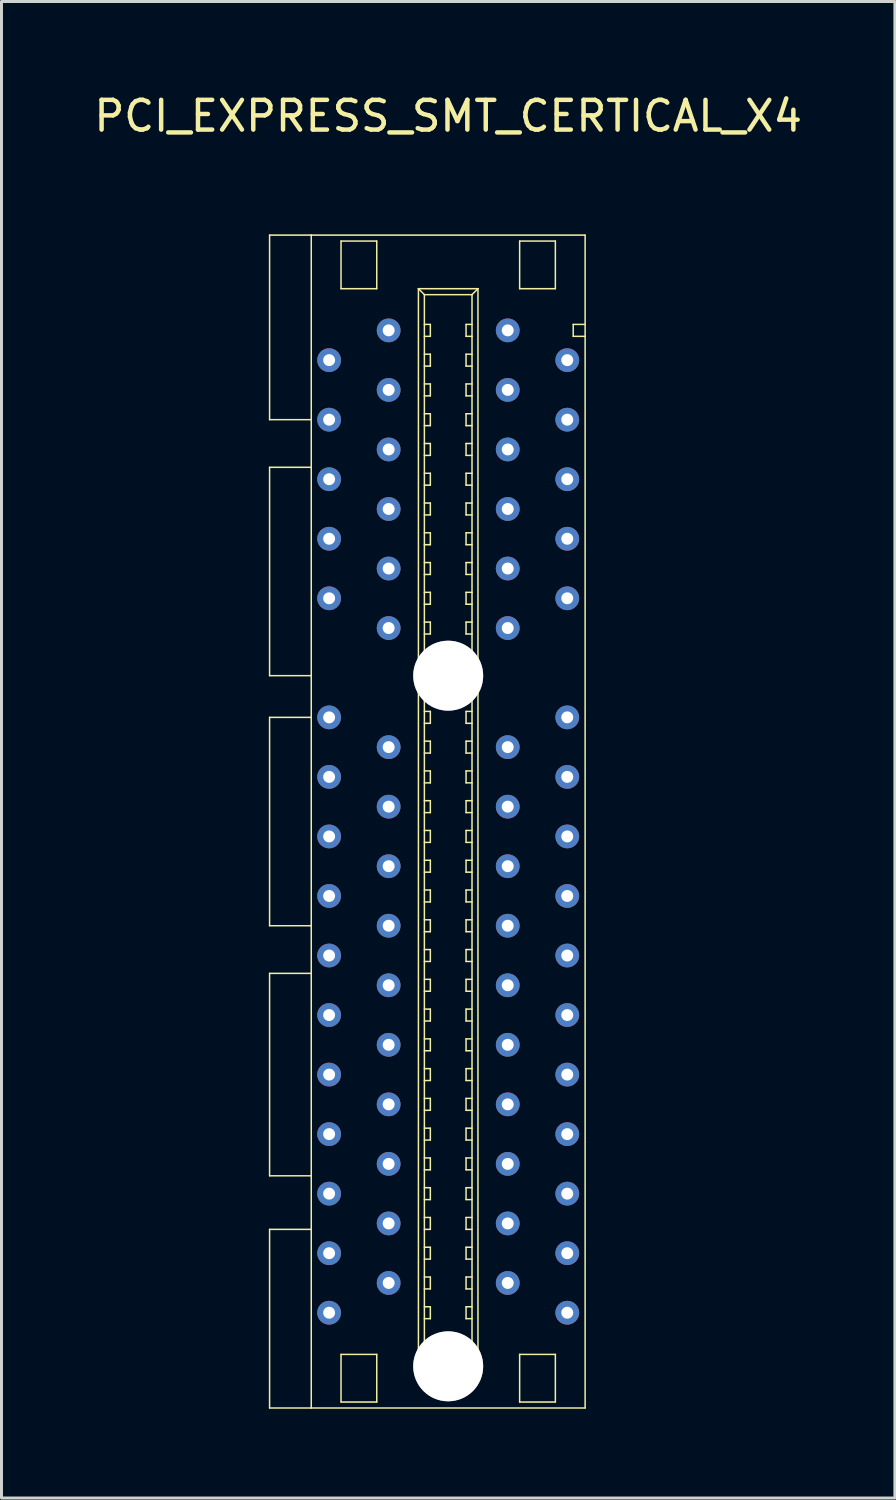
<source format=kicad_pcb>
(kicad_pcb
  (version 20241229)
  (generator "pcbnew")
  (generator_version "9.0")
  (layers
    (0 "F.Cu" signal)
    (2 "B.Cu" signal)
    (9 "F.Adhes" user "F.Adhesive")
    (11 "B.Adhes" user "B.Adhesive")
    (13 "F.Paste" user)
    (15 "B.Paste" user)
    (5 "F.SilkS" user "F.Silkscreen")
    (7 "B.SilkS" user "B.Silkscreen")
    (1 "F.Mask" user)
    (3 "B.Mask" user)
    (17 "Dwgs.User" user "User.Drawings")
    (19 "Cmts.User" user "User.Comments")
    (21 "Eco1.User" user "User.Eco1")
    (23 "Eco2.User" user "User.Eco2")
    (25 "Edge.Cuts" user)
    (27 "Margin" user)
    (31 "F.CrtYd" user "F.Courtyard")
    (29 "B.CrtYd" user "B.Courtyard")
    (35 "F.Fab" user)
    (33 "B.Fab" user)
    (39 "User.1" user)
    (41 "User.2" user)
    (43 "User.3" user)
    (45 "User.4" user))
  (footprint "PCI_EXPRESS_SMT_CERTICAL_X4"
    (layer "F.Cu")
    (at 12.006 19.648)
    (property "Reference" "PCI_EXPRESS_SMT_CERTICAL_X4" (at 0 -18.8 0) (layer "F.SilkS") (effects (font (size 1 1) (thickness 0.15))))
    (attr through_hole)
    (fp_line (start -6 -14.8) (end -6 -8.6) (stroke (width 0.05) (type solid)) (layer "F.SilkS"))
    (fp_line (start -6 -8.6) (end -4.6 -8.6) (stroke (width 0.05) (type solid)) (layer "F.SilkS"))
    (fp_line (start -6 -7) (end -6 0) (stroke (width 0.05) (type solid)) (layer "F.SilkS"))
    (fp_line (start -6 0) (end -4.6 0) (stroke (width 0.05) (type solid)) (layer "F.SilkS"))
    (fp_line (start -6 1.4) (end -4.6 1.4) (stroke (width 0.05) (type solid)) (layer "F.SilkS"))
    (fp_line (start -6 8.4) (end -6 1.4) (stroke (width 0.05) (type solid)) (layer "F.SilkS"))
    (fp_line (start -6 10) (end -4.6 10) (stroke (width 0.05) (type solid)) (layer "F.SilkS"))
    (fp_line (start -6 16.8) (end -6 10) (stroke (width 0.05) (type solid)) (layer "F.SilkS"))
    (fp_line (start -6 18.6) (end -4.6 18.6) (stroke (width 0.05) (type solid)) (layer "F.SilkS"))
    (fp_line (start -6 24.6) (end -6 18.6) (stroke (width 0.05) (type solid)) (layer "F.SilkS"))
    (fp_line (start -4.6 -14.8) (end -6 -14.8) (stroke (width 0.05) (type solid)) (layer "F.SilkS"))
    (fp_line (start -4.6 -14.8) (end 4.6 -14.8) (stroke (width 0.05) (type solid)) (layer "F.SilkS"))
    (fp_line (start -4.6 -7) (end -6 -7) (stroke (width 0.05) (type solid)) (layer "F.SilkS"))
    (fp_line (start -4.6 8.4) (end -6 8.4) (stroke (width 0.05) (type solid)) (layer "F.SilkS"))
    (fp_line (start -4.6 16.8) (end -6 16.8) (stroke (width 0.05) (type solid)) (layer "F.SilkS"))
    (fp_line (start -4.6 24.6) (end -6 24.6) (stroke (width 0.05) (type solid)) (layer "F.SilkS"))
    (fp_line (start -4.6 24.6) (end -4.6 -14.8) (stroke (width 0.05) (type solid)) (layer "F.SilkS"))
    (fp_line (start -3.6 -14.6) (end -2.4 -14.6) (stroke (width 0.05) (type solid)) (layer "F.SilkS"))
    (fp_line (start -3.6 -13) (end -3.6 -14.6) (stroke (width 0.05) (type solid)) (layer "F.SilkS"))
    (fp_line (start -3.6 22.8) (end -3.6 24.4) (stroke (width 0.05) (type solid)) (layer "F.SilkS"))
    (fp_line (start -3.6 24.4) (end -2.4 24.4) (stroke (width 0.05) (type solid)) (layer "F.SilkS"))
    (fp_line (start -2.4 -14.6) (end -2.4 -13) (stroke (width 0.05) (type solid)) (layer "F.SilkS"))
    (fp_line (start -2.4 -13) (end -3.6 -13) (stroke (width 0.05) (type solid)) (layer "F.SilkS"))
    (fp_line (start -2.4 22.8) (end -3.6 22.8) (stroke (width 0.05) (type solid)) (layer "F.SilkS"))
    (fp_line (start -2.4 24.4) (end -2.4 22.8) (stroke (width 0.05) (type solid)) (layer "F.SilkS"))
    (fp_line (start -1 -13) (end -0.8 -12.8) (stroke (width 0.05) (type solid)) (layer "F.SilkS"))
    (fp_line (start -1 -13) (end 1 -13) (stroke (width 0.05) (type solid)) (layer "F.SilkS"))
    (fp_line (start -1 -0.2) (end -1 -13) (stroke (width 0.05) (type solid)) (layer "F.SilkS"))
    (fp_line (start -1 0.2) (end 1 0.2) (stroke (width 0.05) (type solid)) (layer "F.SilkS"))
    (fp_line (start -1 22.8) (end -1 0.2) (stroke (width 0.05) (type solid)) (layer "F.SilkS"))
    (fp_line (start -0.8 -12.8) (end 0.8 -12.8) (stroke (width 0.05) (type solid)) (layer "F.SilkS"))
    (fp_line (start -0.8 -11.8) (end -0.6 -11.8) (stroke (width 0.05) (type solid)) (layer "F.SilkS"))
    (fp_line (start -0.8 -10.8) (end -0.6 -10.8) (stroke (width 0.05) (type solid)) (layer "F.SilkS"))
    (fp_line (start -0.8 -9.8) (end -0.6 -9.8) (stroke (width 0.05) (type solid)) (layer "F.SilkS"))
    (fp_line (start -0.8 -8.8) (end -0.6 -8.8) (stroke (width 0.05) (type solid)) (layer "F.SilkS"))
    (fp_line (start -0.8 -7.8) (end -0.6 -7.8) (stroke (width 0.05) (type solid)) (layer "F.SilkS"))
    (fp_line (start -0.8 -6.8) (end -0.6 -6.8) (stroke (width 0.05) (type solid)) (layer "F.SilkS"))
    (fp_line (start -0.8 -5.8) (end -0.6 -5.8) (stroke (width 0.05) (type solid)) (layer "F.SilkS"))
    (fp_line (start -0.8 -4.8) (end -0.6 -4.8) (stroke (width 0.05) (type solid)) (layer "F.SilkS"))
    (fp_line (start -0.8 -3.8) (end -0.6 -3.8) (stroke (width 0.05) (type solid)) (layer "F.SilkS"))
    (fp_line (start -0.8 -2.8) (end -0.6 -2.8) (stroke (width 0.05) (type solid)) (layer "F.SilkS"))
    (fp_line (start -0.8 -1.8) (end -0.6 -1.8) (stroke (width 0.05) (type solid)) (layer "F.SilkS"))
    (fp_line (start -0.8 -0.4) (end -1 -0.2) (stroke (width 0.05) (type solid)) (layer "F.SilkS"))
    (fp_line (start -0.8 -0.4) (end -0.8 -12.8) (stroke (width 0.05) (type solid)) (layer "F.SilkS"))
    (fp_line (start -0.8 0.4) (end -1 0.2) (stroke (width 0.05) (type solid)) (layer "F.SilkS"))
    (fp_line (start -0.8 0.4) (end 0.8 0.4) (stroke (width 0.05) (type solid)) (layer "F.SilkS"))
    (fp_line (start -0.8 1.2) (end -0.6 1.2) (stroke (width 0.05) (type solid)) (layer "F.SilkS"))
    (fp_line (start -0.8 2.2) (end -0.6 2.2) (stroke (width 0.05) (type solid)) (layer "F.SilkS"))
    (fp_line (start -0.8 3.2) (end -0.6 3.2) (stroke (width 0.05) (type solid)) (layer "F.SilkS"))
    (fp_line (start -0.8 4.2) (end -0.6 4.2) (stroke (width 0.05) (type solid)) (layer "F.SilkS"))
    (fp_line (start -0.8 5.2) (end -0.6 5.2) (stroke (width 0.05) (type solid)) (layer "F.SilkS"))
    (fp_line (start -0.8 6.2) (end -0.6 6.2) (stroke (width 0.05) (type solid)) (layer "F.SilkS"))
    (fp_line (start -0.8 7.2) (end -0.6 7.2) (stroke (width 0.05) (type solid)) (layer "F.SilkS"))
    (fp_line (start -0.8 8.2) (end -0.6 8.2) (stroke (width 0.05) (type solid)) (layer "F.SilkS"))
    (fp_line (start -0.8 9.2) (end -0.6 9.2) (stroke (width 0.05) (type solid)) (layer "F.SilkS"))
    (fp_line (start -0.8 10.2) (end -0.6 10.2) (stroke (width 0.05) (type solid)) (layer "F.SilkS"))
    (fp_line (start -0.8 11.2) (end -0.6 11.2) (stroke (width 0.05) (type solid)) (layer "F.SilkS"))
    (fp_line (start -0.8 12.2) (end -0.6 12.2) (stroke (width 0.05) (type solid)) (layer "F.SilkS"))
    (fp_line (start -0.8 13.2) (end -0.6 13.2) (stroke (width 0.05) (type solid)) (layer "F.SilkS"))
    (fp_line (start -0.8 14.2) (end -0.6 14.2) (stroke (width 0.05) (type solid)) (layer "F.SilkS"))
    (fp_line (start -0.8 15.2) (end -0.6 15.2) (stroke (width 0.05) (type solid)) (layer "F.SilkS"))
    (fp_line (start -0.8 16.2) (end -0.6 16.2) (stroke (width 0.05) (type solid)) (layer "F.SilkS"))
    (fp_line (start -0.8 17.2) (end -0.6 17.2) (stroke (width 0.05) (type solid)) (layer "F.SilkS"))
    (fp_line (start -0.8 18.2) (end -0.6 18.2) (stroke (width 0.05) (type solid)) (layer "F.SilkS"))
    (fp_line (start -0.8 19.2) (end -0.6 19.2) (stroke (width 0.05) (type solid)) (layer "F.SilkS"))
    (fp_line (start -0.8 20.2) (end -0.6 20.2) (stroke (width 0.05) (type solid)) (layer "F.SilkS"))
    (fp_line (start -0.8 21.2) (end -0.6 21.2) (stroke (width 0.05) (type solid)) (layer "F.SilkS"))
    (fp_line (start -0.8 22.6) (end -1 22.8) (stroke (width 0.05) (type solid)) (layer "F.SilkS"))
    (fp_line (start -0.8 22.6) (end -0.8 0.4) (stroke (width 0.05) (type solid)) (layer "F.SilkS"))
    (fp_line (start -0.6 -11.8) (end -0.6 -11.4) (stroke (width 0.05) (type solid)) (layer "F.SilkS"))
    (fp_line (start -0.6 -11.4) (end -0.8 -11.4) (stroke (width 0.05) (type solid)) (layer "F.SilkS"))
    (fp_line (start -0.6 -10.8) (end -0.6 -10.4) (stroke (width 0.05) (type solid)) (layer "F.SilkS"))
    (fp_line (start -0.6 -10.4) (end -0.8 -10.4) (stroke (width 0.05) (type solid)) (layer "F.SilkS"))
    (fp_line (start -0.6 -9.8) (end -0.6 -9.4) (stroke (width 0.05) (type solid)) (layer "F.SilkS"))
    (fp_line (start -0.6 -9.4) (end -0.8 -9.4) (stroke (width 0.05) (type solid)) (layer "F.SilkS"))
    (fp_line (start -0.6 -8.8) (end -0.6 -8.4) (stroke (width 0.05) (type solid)) (layer "F.SilkS"))
    (fp_line (start -0.6 -8.4) (end -0.8 -8.4) (stroke (width 0.05) (type solid)) (layer "F.SilkS"))
    (fp_line (start -0.6 -7.8) (end -0.6 -7.4) (stroke (width 0.05) (type solid)) (layer "F.SilkS"))
    (fp_line (start -0.6 -7.4) (end -0.8 -7.4) (stroke (width 0.05) (type solid)) (layer "F.SilkS"))
    (fp_line (start -0.6 -6.8) (end -0.6 -6.4) (stroke (width 0.05) (type solid)) (layer "F.SilkS"))
    (fp_line (start -0.6 -6.4) (end -0.8 -6.4) (stroke (width 0.05) (type solid)) (layer "F.SilkS"))
    (fp_line (start -0.6 -5.8) (end -0.6 -5.4) (stroke (width 0.05) (type solid)) (layer "F.SilkS"))
    (fp_line (start -0.6 -5.4) (end -0.8 -5.4) (stroke (width 0.05) (type solid)) (layer "F.SilkS"))
    (fp_line (start -0.6 -4.8) (end -0.6 -4.4) (stroke (width 0.05) (type solid)) (layer "F.SilkS"))
    (fp_line (start -0.6 -4.4) (end -0.8 -4.4) (stroke (width 0.05) (type solid)) (layer "F.SilkS"))
    (fp_line (start -0.6 -3.8) (end -0.6 -3.4) (stroke (width 0.05) (type solid)) (layer "F.SilkS"))
    (fp_line (start -0.6 -3.4) (end -0.8 -3.4) (stroke (width 0.05) (type solid)) (layer "F.SilkS"))
    (fp_line (start -0.6 -2.8) (end -0.6 -2.4) (stroke (width 0.05) (type solid)) (layer "F.SilkS"))
    (fp_line (start -0.6 -2.4) (end -0.8 -2.4) (stroke (width 0.05) (type solid)) (layer "F.SilkS"))
    (fp_line (start -0.6 -1.8) (end -0.6 -1.4) (stroke (width 0.05) (type solid)) (layer "F.SilkS"))
    (fp_line (start -0.6 -1.4) (end -0.8 -1.4) (stroke (width 0.05) (type solid)) (layer "F.SilkS"))
    (fp_line (start -0.6 1.2) (end -0.6 1.6) (stroke (width 0.05) (type solid)) (layer "F.SilkS"))
    (fp_line (start -0.6 1.6) (end -0.8 1.6) (stroke (width 0.05) (type solid)) (layer "F.SilkS"))
    (fp_line (start -0.6 2.2) (end -0.6 2.6) (stroke (width 0.05) (type solid)) (layer "F.SilkS"))
    (fp_line (start -0.6 2.6) (end -0.8 2.6) (stroke (width 0.05) (type solid)) (layer "F.SilkS"))
    (fp_line (start -0.6 3.2) (end -0.6 3.6) (stroke (width 0.05) (type solid)) (layer "F.SilkS"))
    (fp_line (start -0.6 3.6) (end -0.8 3.6) (stroke (width 0.05) (type solid)) (layer "F.SilkS"))
    (fp_line (start -0.6 4.2) (end -0.6 4.6) (stroke (width 0.05) (type solid)) (layer "F.SilkS"))
    (fp_line (start -0.6 4.6) (end -0.8 4.6) (stroke (width 0.05) (type solid)) (layer "F.SilkS"))
    (fp_line (start -0.6 5.2) (end -0.6 5.6) (stroke (width 0.05) (type solid)) (layer "F.SilkS"))
    (fp_line (start -0.6 5.6) (end -0.8 5.6) (stroke (width 0.05) (type solid)) (layer "F.SilkS"))
    (fp_line (start -0.6 6.2) (end -0.6 6.6) (stroke (width 0.05) (type solid)) (layer "F.SilkS"))
    (fp_line (start -0.6 6.6) (end -0.8 6.6) (stroke (width 0.05) (type solid)) (layer "F.SilkS"))
    (fp_line (start -0.6 7.2) (end -0.6 7.6) (stroke (width 0.05) (type solid)) (layer "F.SilkS"))
    (fp_line (start -0.6 7.6) (end -0.8 7.6) (stroke (width 0.05) (type solid)) (layer "F.SilkS"))
    (fp_line (start -0.6 8.2) (end -0.6 8.6) (stroke (width 0.05) (type solid)) (layer "F.SilkS"))
    (fp_line (start -0.6 8.6) (end -0.8 8.6) (stroke (width 0.05) (type solid)) (layer "F.SilkS"))
    (fp_line (start -0.6 9.2) (end -0.6 9.6) (stroke (width 0.05) (type solid)) (layer "F.SilkS"))
    (fp_line (start -0.6 9.6) (end -0.8 9.6) (stroke (width 0.05) (type solid)) (layer "F.SilkS"))
    (fp_line (start -0.6 10.2) (end -0.6 10.6) (stroke (width 0.05) (type solid)) (layer "F.SilkS"))
    (fp_line (start -0.6 10.6) (end -0.8 10.6) (stroke (width 0.05) (type solid)) (layer "F.SilkS"))
    (fp_line (start -0.6 11.2) (end -0.6 11.6) (stroke (width 0.05) (type solid)) (layer "F.SilkS"))
    (fp_line (start -0.6 11.6) (end -0.8 11.6) (stroke (width 0.05) (type solid)) (layer "F.SilkS"))
    (fp_line (start -0.6 12.2) (end -0.6 12.6) (stroke (width 0.05) (type solid)) (layer "F.SilkS"))
    (fp_line (start -0.6 12.6) (end -0.8 12.6) (stroke (width 0.05) (type solid)) (layer "F.SilkS"))
    (fp_line (start -0.6 13.2) (end -0.6 13.6) (stroke (width 0.05) (type solid)) (layer "F.SilkS"))
    (fp_line (start -0.6 13.6) (end -0.8 13.6) (stroke (width 0.05) (type solid)) (layer "F.SilkS"))
    (fp_line (start -0.6 14.2) (end -0.6 14.6) (stroke (width 0.05) (type solid)) (layer "F.SilkS"))
    (fp_line (start -0.6 14.6) (end -0.8 14.6) (stroke (width 0.05) (type solid)) (layer "F.SilkS"))
    (fp_line (start -0.6 15.2) (end -0.6 15.6) (stroke (width 0.05) (type solid)) (layer "F.SilkS"))
    (fp_line (start -0.6 15.6) (end -0.8 15.6) (stroke (width 0.05) (type solid)) (layer "F.SilkS"))
    (fp_line (start -0.6 16.2) (end -0.6 16.6) (stroke (width 0.05) (type solid)) (layer "F.SilkS"))
    (fp_line (start -0.6 16.6) (end -0.8 16.6) (stroke (width 0.05) (type solid)) (layer "F.SilkS"))
    (fp_line (start -0.6 17.2) (end -0.6 17.6) (stroke (width 0.05) (type solid)) (layer "F.SilkS"))
    (fp_line (start -0.6 17.6) (end -0.8 17.6) (stroke (width 0.05) (type solid)) (layer "F.SilkS"))
    (fp_line (start -0.6 18.2) (end -0.6 18.6) (stroke (width 0.05) (type solid)) (layer "F.SilkS"))
    (fp_line (start -0.6 18.6) (end -0.8 18.6) (stroke (width 0.05) (type solid)) (layer "F.SilkS"))
    (fp_line (start -0.6 19.2) (end -0.6 19.6) (stroke (width 0.05) (type solid)) (layer "F.SilkS"))
    (fp_line (start -0.6 19.6) (end -0.8 19.6) (stroke (width 0.05) (type solid)) (layer "F.SilkS"))
    (fp_line (start -0.6 20.2) (end -0.6 20.6) (stroke (width 0.05) (type solid)) (layer "F.SilkS"))
    (fp_line (start -0.6 20.6) (end -0.8 20.6) (stroke (width 0.05) (type solid)) (layer "F.SilkS"))
    (fp_line (start -0.6 21.2) (end -0.6 21.6) (stroke (width 0.05) (type solid)) (layer "F.SilkS"))
    (fp_line (start -0.6 21.6) (end -0.8 21.6) (stroke (width 0.05) (type solid)) (layer "F.SilkS"))
    (fp_line (start 0.6 -11.8) (end 0.6 -11.4) (stroke (width 0.05) (type solid)) (layer "F.SilkS"))
    (fp_line (start 0.6 -11.4) (end 0.8 -11.4) (stroke (width 0.05) (type solid)) (layer "F.SilkS"))
    (fp_line (start 0.6 -10.8) (end 0.6 -10.4) (stroke (width 0.05) (type solid)) (layer "F.SilkS"))
    (fp_line (start 0.6 -10.4) (end 0.8 -10.4) (stroke (width 0.05) (type solid)) (layer "F.SilkS"))
    (fp_line (start 0.6 -9.8) (end 0.6 -9.4) (stroke (width 0.05) (type solid)) (layer "F.SilkS"))
    (fp_line (start 0.6 -9.4) (end 0.8 -9.4) (stroke (width 0.05) (type solid)) (layer "F.SilkS"))
    (fp_line (start 0.6 -8.8) (end 0.6 -8.4) (stroke (width 0.05) (type solid)) (layer "F.SilkS"))
    (fp_line (start 0.6 -8.4) (end 0.8 -8.4) (stroke (width 0.05) (type solid)) (layer "F.SilkS"))
    (fp_line (start 0.6 -7.8) (end 0.6 -7.4) (stroke (width 0.05) (type solid)) (layer "F.SilkS"))
    (fp_line (start 0.6 -7.4) (end 0.8 -7.4) (stroke (width 0.05) (type solid)) (layer "F.SilkS"))
    (fp_line (start 0.6 -6.8) (end 0.6 -6.4) (stroke (width 0.05) (type solid)) (layer "F.SilkS"))
    (fp_line (start 0.6 -6.4) (end 0.8 -6.4) (stroke (width 0.05) (type solid)) (layer "F.SilkS"))
    (fp_line (start 0.6 -5.8) (end 0.6 -5.4) (stroke (width 0.05) (type solid)) (layer "F.SilkS"))
    (fp_line (start 0.6 -5.4) (end 0.8 -5.4) (stroke (width 0.05) (type solid)) (layer "F.SilkS"))
    (fp_line (start 0.6 -4.8) (end 0.6 -4.4) (stroke (width 0.05) (type solid)) (layer "F.SilkS"))
    (fp_line (start 0.6 -4.4) (end 0.8 -4.4) (stroke (width 0.05) (type solid)) (layer "F.SilkS"))
    (fp_line (start 0.6 -3.8) (end 0.6 -3.4) (stroke (width 0.05) (type solid)) (layer "F.SilkS"))
    (fp_line (start 0.6 -3.4) (end 0.8 -3.4) (stroke (width 0.05) (type solid)) (layer "F.SilkS"))
    (fp_line (start 0.6 -2.8) (end 0.6 -2.4) (stroke (width 0.05) (type solid)) (layer "F.SilkS"))
    (fp_line (start 0.6 -2.4) (end 0.8 -2.4) (stroke (width 0.05) (type solid)) (layer "F.SilkS"))
    (fp_line (start 0.6 -1.8) (end 0.6 -1.4) (stroke (width 0.05) (type solid)) (layer "F.SilkS"))
    (fp_line (start 0.6 -1.4) (end 0.8 -1.4) (stroke (width 0.05) (type solid)) (layer "F.SilkS"))
    (fp_line (start 0.6 1.2) (end 0.6 1.6) (stroke (width 0.05) (type solid)) (layer "F.SilkS"))
    (fp_line (start 0.6 1.6) (end 0.8 1.6) (stroke (width 0.05) (type solid)) (layer "F.SilkS"))
    (fp_line (start 0.6 2.2) (end 0.6 2.6) (stroke (width 0.05) (type solid)) (layer "F.SilkS"))
    (fp_line (start 0.6 2.6) (end 0.8 2.6) (stroke (width 0.05) (type solid)) (layer "F.SilkS"))
    (fp_line (start 0.6 3.2) (end 0.6 3.6) (stroke (width 0.05) (type solid)) (layer "F.SilkS"))
    (fp_line (start 0.6 3.6) (end 0.8 3.6) (stroke (width 0.05) (type solid)) (layer "F.SilkS"))
    (fp_line (start 0.6 4.2) (end 0.6 4.6) (stroke (width 0.05) (type solid)) (layer "F.SilkS"))
    (fp_line (start 0.6 4.6) (end 0.8 4.6) (stroke (width 0.05) (type solid)) (layer "F.SilkS"))
    (fp_line (start 0.6 5.2) (end 0.6 5.6) (stroke (width 0.05) (type solid)) (layer "F.SilkS"))
    (fp_line (start 0.6 5.6) (end 0.8 5.6) (stroke (width 0.05) (type solid)) (layer "F.SilkS"))
    (fp_line (start 0.6 6.2) (end 0.6 6.6) (stroke (width 0.05) (type solid)) (layer "F.SilkS"))
    (fp_line (start 0.6 6.6) (end 0.8 6.6) (stroke (width 0.05) (type solid)) (layer "F.SilkS"))
    (fp_line (start 0.6 7.2) (end 0.6 7.6) (stroke (width 0.05) (type solid)) (layer "F.SilkS"))
    (fp_line (start 0.6 7.6) (end 0.8 7.6) (stroke (width 0.05) (type solid)) (layer "F.SilkS"))
    (fp_line (start 0.6 8.2) (end 0.6 8.6) (stroke (width 0.05) (type solid)) (layer "F.SilkS"))
    (fp_line (start 0.6 8.6) (end 0.8 8.6) (stroke (width 0.05) (type solid)) (layer "F.SilkS"))
    (fp_line (start 0.6 9.2) (end 0.6 9.6) (stroke (width 0.05) (type solid)) (layer "F.SilkS"))
    (fp_line (start 0.6 9.6) (end 0.8 9.6) (stroke (width 0.05) (type solid)) (layer "F.SilkS"))
    (fp_line (start 0.6 10.2) (end 0.6 10.6) (stroke (width 0.05) (type solid)) (layer "F.SilkS"))
    (fp_line (start 0.6 10.6) (end 0.8 10.6) (stroke (width 0.05) (type solid)) (layer "F.SilkS"))
    (fp_line (start 0.6 11.2) (end 0.6 11.6) (stroke (width 0.05) (type solid)) (layer "F.SilkS"))
    (fp_line (start 0.6 11.6) (end 0.8 11.6) (stroke (width 0.05) (type solid)) (layer "F.SilkS"))
    (fp_line (start 0.6 12.2) (end 0.6 12.6) (stroke (width 0.05) (type solid)) (layer "F.SilkS"))
    (fp_line (start 0.6 12.6) (end 0.8 12.6) (stroke (width 0.05) (type solid)) (layer "F.SilkS"))
    (fp_line (start 0.6 13.2) (end 0.6 13.6) (stroke (width 0.05) (type solid)) (layer "F.SilkS"))
    (fp_line (start 0.6 13.6) (end 0.8 13.6) (stroke (width 0.05) (type solid)) (layer "F.SilkS"))
    (fp_line (start 0.6 14.2) (end 0.6 14.6) (stroke (width 0.05) (type solid)) (layer "F.SilkS"))
    (fp_line (start 0.6 14.6) (end 0.8 14.6) (stroke (width 0.05) (type solid)) (layer "F.SilkS"))
    (fp_line (start 0.6 15.2) (end 0.6 15.6) (stroke (width 0.05) (type solid)) (layer "F.SilkS"))
    (fp_line (start 0.6 15.6) (end 0.8 15.6) (stroke (width 0.05) (type solid)) (layer "F.SilkS"))
    (fp_line (start 0.6 16.2) (end 0.6 16.6) (stroke (width 0.05) (type solid)) (layer "F.SilkS"))
    (fp_line (start 0.6 16.6) (end 0.8 16.6) (stroke (width 0.05) (type solid)) (layer "F.SilkS"))
    (fp_line (start 0.6 17.2) (end 0.6 17.6) (stroke (width 0.05) (type solid)) (layer "F.SilkS"))
    (fp_line (start 0.6 17.6) (end 0.8 17.6) (stroke (width 0.05) (type solid)) (layer "F.SilkS"))
    (fp_line (start 0.6 18.2) (end 0.6 18.6) (stroke (width 0.05) (type solid)) (layer "F.SilkS"))
    (fp_line (start 0.6 18.6) (end 0.8 18.6) (stroke (width 0.05) (type solid)) (layer "F.SilkS"))
    (fp_line (start 0.6 19.2) (end 0.6 19.6) (stroke (width 0.05) (type solid)) (layer "F.SilkS"))
    (fp_line (start 0.6 19.6) (end 0.8 19.6) (stroke (width 0.05) (type solid)) (layer "F.SilkS"))
    (fp_line (start 0.6 20.2) (end 0.6 20.6) (stroke (width 0.05) (type solid)) (layer "F.SilkS"))
    (fp_line (start 0.6 20.6) (end 0.8 20.6) (stroke (width 0.05) (type solid)) (layer "F.SilkS"))
    (fp_line (start 0.6 21.2) (end 0.6 21.6) (stroke (width 0.05) (type solid)) (layer "F.SilkS"))
    (fp_line (start 0.6 21.6) (end 0.8 21.6) (stroke (width 0.05) (type solid)) (layer "F.SilkS"))
    (fp_line (start 0.8 -12.8) (end 0.8 -0.4) (stroke (width 0.05) (type solid)) (layer "F.SilkS"))
    (fp_line (start 0.8 -12.8) (end 1 -13) (stroke (width 0.05) (type solid)) (layer "F.SilkS"))
    (fp_line (start 0.8 -11.8) (end 0.6 -11.8) (stroke (width 0.05) (type solid)) (layer "F.SilkS"))
    (fp_line (start 0.8 -10.8) (end 0.6 -10.8) (stroke (width 0.05) (type solid)) (layer "F.SilkS"))
    (fp_line (start 0.8 -9.8) (end 0.6 -9.8) (stroke (width 0.05) (type solid)) (layer "F.SilkS"))
    (fp_line (start 0.8 -8.8) (end 0.6 -8.8) (stroke (width 0.05) (type solid)) (layer "F.SilkS"))
    (fp_line (start 0.8 -7.8) (end 0.6 -7.8) (stroke (width 0.05) (type solid)) (layer "F.SilkS"))
    (fp_line (start 0.8 -6.8) (end 0.6 -6.8) (stroke (width 0.05) (type solid)) (layer "F.SilkS"))
    (fp_line (start 0.8 -5.8) (end 0.6 -5.8) (stroke (width 0.05) (type solid)) (layer "F.SilkS"))
    (fp_line (start 0.8 -4.8) (end 0.6 -4.8) (stroke (width 0.05) (type solid)) (layer "F.SilkS"))
    (fp_line (start 0.8 -3.8) (end 0.6 -3.8) (stroke (width 0.05) (type solid)) (layer "F.SilkS"))
    (fp_line (start 0.8 -2.8) (end 0.6 -2.8) (stroke (width 0.05) (type solid)) (layer "F.SilkS"))
    (fp_line (start 0.8 -1.8) (end 0.6 -1.8) (stroke (width 0.05) (type solid)) (layer "F.SilkS"))
    (fp_line (start 0.8 -0.4) (end -0.8 -0.4) (stroke (width 0.05) (type solid)) (layer "F.SilkS"))
    (fp_line (start 0.8 -0.4) (end 1 -0.2) (stroke (width 0.05) (type solid)) (layer "F.SilkS"))
    (fp_line (start 0.8 0.4) (end 0.8 22.6) (stroke (width 0.05) (type solid)) (layer "F.SilkS"))
    (fp_line (start 0.8 0.4) (end 1 0.2) (stroke (width 0.05) (type solid)) (layer "F.SilkS"))
    (fp_line (start 0.8 1.2) (end 0.6 1.2) (stroke (width 0.05) (type solid)) (layer "F.SilkS"))
    (fp_line (start 0.8 2.2) (end 0.6 2.2) (stroke (width 0.05) (type solid)) (layer "F.SilkS"))
    (fp_line (start 0.8 3.2) (end 0.6 3.2) (stroke (width 0.05) (type solid)) (layer "F.SilkS"))
    (fp_line (start 0.8 4.2) (end 0.6 4.2) (stroke (width 0.05) (type solid)) (layer "F.SilkS"))
    (fp_line (start 0.8 5.2) (end 0.6 5.2) (stroke (width 0.05) (type solid)) (layer "F.SilkS"))
    (fp_line (start 0.8 6.2) (end 0.6 6.2) (stroke (width 0.05) (type solid)) (layer "F.SilkS"))
    (fp_line (start 0.8 7.2) (end 0.6 7.2) (stroke (width 0.05) (type solid)) (layer "F.SilkS"))
    (fp_line (start 0.8 8.2) (end 0.6 8.2) (stroke (width 0.05) (type solid)) (layer "F.SilkS"))
    (fp_line (start 0.8 9.2) (end 0.6 9.2) (stroke (width 0.05) (type solid)) (layer "F.SilkS"))
    (fp_line (start 0.8 10.2) (end 0.6 10.2) (stroke (width 0.05) (type solid)) (layer "F.SilkS"))
    (fp_line (start 0.8 11.2) (end 0.6 11.2) (stroke (width 0.05) (type solid)) (layer "F.SilkS"))
    (fp_line (start 0.8 12.2) (end 0.6 12.2) (stroke (width 0.05) (type solid)) (layer "F.SilkS"))
    (fp_line (start 0.8 13.2) (end 0.6 13.2) (stroke (width 0.05) (type solid)) (layer "F.SilkS"))
    (fp_line (start 0.8 14.2) (end 0.6 14.2) (stroke (width 0.05) (type solid)) (layer "F.SilkS"))
    (fp_line (start 0.8 15.2) (end 0.6 15.2) (stroke (width 0.05) (type solid)) (layer "F.SilkS"))
    (fp_line (start 0.8 16.2) (end 0.6 16.2) (stroke (width 0.05) (type solid)) (layer "F.SilkS"))
    (fp_line (start 0.8 17.2) (end 0.6 17.2) (stroke (width 0.05) (type solid)) (layer "F.SilkS"))
    (fp_line (start 0.8 18.2) (end 0.6 18.2) (stroke (width 0.05) (type solid)) (layer "F.SilkS"))
    (fp_line (start 0.8 19.2) (end 0.6 19.2) (stroke (width 0.05) (type solid)) (layer "F.SilkS"))
    (fp_line (start 0.8 20.2) (end 0.6 20.2) (stroke (width 0.05) (type solid)) (layer "F.SilkS"))
    (fp_line (start 0.8 21.2) (end 0.6 21.2) (stroke (width 0.05) (type solid)) (layer "F.SilkS"))
    (fp_line (start 0.8 22.6) (end -0.8 22.6) (stroke (width 0.05) (type solid)) (layer "F.SilkS"))
    (fp_line (start 0.8 22.6) (end 1 22.8) (stroke (width 0.05) (type solid)) (layer "F.SilkS"))
    (fp_line (start 1 -13) (end 1 -0.2) (stroke (width 0.05) (type solid)) (layer "F.SilkS"))
    (fp_line (start 1 -0.2) (end -1 -0.2) (stroke (width 0.05) (type solid)) (layer "F.SilkS"))
    (fp_line (start 1 0.2) (end 1 22.8) (stroke (width 0.05) (type solid)) (layer "F.SilkS"))
    (fp_line (start 1 22.8) (end -1 22.8) (stroke (width 0.05) (type solid)) (layer "F.SilkS"))
    (fp_line (start 2.4 -14.6) (end 2.4 -13) (stroke (width 0.05) (type solid)) (layer "F.SilkS"))
    (fp_line (start 2.4 -13) (end 3.6 -13) (stroke (width 0.05) (type solid)) (layer "F.SilkS"))
    (fp_line (start 2.4 22.8) (end 3.6 22.8) (stroke (width 0.05) (type solid)) (layer "F.SilkS"))
    (fp_line (start 2.4 24.4) (end 2.4 22.8) (stroke (width 0.05) (type solid)) (layer "F.SilkS"))
    (fp_line (start 3.6 -14.6) (end 2.4 -14.6) (stroke (width 0.05) (type solid)) (layer "F.SilkS"))
    (fp_line (start 3.6 -13) (end 3.6 -14.6) (stroke (width 0.05) (type solid)) (layer "F.SilkS"))
    (fp_line (start 3.6 22.8) (end 3.6 24.4) (stroke (width 0.05) (type solid)) (layer "F.SilkS"))
    (fp_line (start 3.6 24.4) (end 2.4 24.4) (stroke (width 0.05) (type solid)) (layer "F.SilkS"))
    (fp_line (start 4.2 -11.8) (end 4.2 -11.4) (stroke (width 0.05) (type solid)) (layer "F.SilkS"))
    (fp_line (start 4.2 -11.4) (end 4.6 -11.4) (stroke (width 0.05) (type solid)) (layer "F.SilkS"))
    (fp_line (start 4.6 -14.8) (end 4.6 24.6) (stroke (width 0.05) (type solid)) (layer "F.SilkS"))
    (fp_line (start 4.6 -11.8) (end 4.2 -11.8) (stroke (width 0.05) (type solid)) (layer "F.SilkS"))
    (fp_line (start 4.6 24.6) (end -4.6 24.6) (stroke (width 0.05) (type solid)) (layer "F.SilkS"))
    (pad "0" thru_hole circle (at 0 0) (size 2.35 2.35) (drill 2.35) (layers "*.Cu"))
    (pad "0" thru_hole circle (at 0 23.2) (size 2.35 2.35) (drill 2.35) (layers "*.Cu"))
    (pad "A1" thru_hole circle (at 2 -11.6) (size 0.8 0.8) (drill 0.4) (layers "*.Cu" "*.Mask"))
    (pad "A2" thru_hole circle (at 4 -10.6) (size 0.8 0.8) (drill 0.4) (layers "*.Cu" "*.Mask"))
    (pad "A3" thru_hole circle (at 2 -9.6) (size 0.8 0.8) (drill 0.4) (layers "*.Cu" "*.Mask"))
    (pad "A4" thru_hole circle (at 4 -8.6) (size 0.8 0.8) (drill 0.4) (layers "*.Cu" "*.Mask"))
    (pad "A5" thru_hole circle (at 2 -7.6) (size 0.8 0.8) (drill 0.4) (layers "*.Cu" "*.Mask"))
    (pad "A6" thru_hole circle (at 4 -6.6) (size 0.8 0.8) (drill 0.4) (layers "*.Cu" "*.Mask"))
    (pad "A7" thru_hole circle (at 2 -5.6) (size 0.8 0.8) (drill 0.4) (layers "*.Cu" "*.Mask"))
    (pad "A8" thru_hole circle (at 4 -4.6) (size 0.8 0.8) (drill 0.4) (layers "*.Cu" "*.Mask"))
    (pad "A9" thru_hole circle (at 2 -3.6) (size 0.8 0.8) (drill 0.4) (layers "*.Cu" "*.Mask"))
    (pad "A10" thru_hole circle (at 4 -2.6) (size 0.8 0.8) (drill 0.4) (layers "*.Cu" "*.Mask"))
    (pad "A11" thru_hole circle (at 2 -1.6) (size 0.8 0.8) (drill 0.4) (layers "*.Cu" "*.Mask"))
    (pad "A12" thru_hole circle (at 4 1.4) (size 0.8 0.8) (drill 0.4) (layers "*.Cu" "*.Mask"))
    (pad "A13" thru_hole circle (at 2 2.4) (size 0.8 0.8) (drill 0.4) (layers "*.Cu" "*.Mask"))
    (pad "A14" thru_hole circle (at 4 3.4) (size 0.8 0.8) (drill 0.4) (layers "*.Cu" "*.Mask"))
    (pad "A15" thru_hole circle (at 2 4.4) (size 0.8 0.8) (drill 0.4) (layers "*.Cu" "*.Mask"))
    (pad "A16" thru_hole circle (at 4 5.4) (size 0.8 0.8) (drill 0.4) (layers "*.Cu" "*.Mask"))
    (pad "A17" thru_hole circle (at 2 6.4) (size 0.8 0.8) (drill 0.4) (layers "*.Cu" "*.Mask"))
    (pad "A18" thru_hole circle (at 4 7.4) (size 0.8 0.8) (drill 0.4) (layers "*.Cu" "*.Mask"))
    (pad "A19" thru_hole circle (at 2 8.4) (size 0.8 0.8) (drill 0.4) (layers "*.Cu" "*.Mask"))
    (pad "A20" thru_hole circle (at 4 9.4) (size 0.8 0.8) (drill 0.4) (layers "*.Cu" "*.Mask"))
    (pad "A21" thru_hole circle (at 2 10.4) (size 0.8 0.8) (drill 0.4) (layers "*.Cu" "*.Mask"))
    (pad "A22" thru_hole circle (at 4 11.4) (size 0.8 0.8) (drill 0.4) (layers "*.Cu" "*.Mask"))
    (pad "A23" thru_hole circle (at 2 12.4) (size 0.8 0.8) (drill 0.4) (layers "*.Cu" "*.Mask"))
    (pad "A24" thru_hole circle (at 4 13.4) (size 0.8 0.8) (drill 0.4) (layers "*.Cu" "*.Mask"))
    (pad "A25" thru_hole circle (at 2 14.4) (size 0.8 0.8) (drill 0.4) (layers "*.Cu" "*.Mask"))
    (pad "A26" thru_hole circle (at 4 15.4) (size 0.8 0.8) (drill 0.4) (layers "*.Cu" "*.Mask"))
    (pad "A27" thru_hole circle (at 2 16.4) (size 0.8 0.8) (drill 0.4) (layers "*.Cu" "*.Mask"))
    (pad "A28" thru_hole circle (at 4 17.4) (size 0.8 0.8) (drill 0.4) (layers "*.Cu" "*.Mask"))
    (pad "A29" thru_hole circle (at 2 18.4) (size 0.8 0.8) (drill 0.4) (layers "*.Cu" "*.Mask"))
    (pad "A30" thru_hole circle (at 4 19.4) (size 0.8 0.8) (drill 0.4) (layers "*.Cu" "*.Mask"))
    (pad "A31" thru_hole circle (at 2 20.4) (size 0.8 0.8) (drill 0.4) (layers "*.Cu" "*.Mask"))
    (pad "A32" thru_hole circle (at 4 21.4) (size 0.8 0.8) (drill 0.4) (layers "*.Cu" "*.Mask"))
    (pad "B1" thru_hole circle (at -2 -11.6) (size 0.8 0.8) (drill 0.4) (layers "*.Cu" "*.Mask"))
    (pad "B2" thru_hole circle (at -4 -10.6) (size 0.8 0.8) (drill 0.4) (layers "*.Cu" "*.Mask"))
    (pad "B3" thru_hole circle (at -2 -9.6) (size 0.8 0.8) (drill 0.4) (layers "*.Cu" "*.Mask"))
    (pad "B4" thru_hole circle (at -4 -8.6) (size 0.8 0.8) (drill 0.4) (layers "*.Cu" "*.Mask"))
    (pad "B5" thru_hole circle (at -2 -7.6) (size 0.8 0.8) (drill 0.4) (layers "*.Cu" "*.Mask"))
    (pad "B6" thru_hole circle (at -4 -6.6) (size 0.8 0.8) (drill 0.4) (layers "*.Cu" "*.Mask"))
    (pad "B7" thru_hole circle (at -2 -5.6) (size 0.8 0.8) (drill 0.4) (layers "*.Cu" "*.Mask"))
    (pad "B8" thru_hole circle (at -4 -4.6) (size 0.8 0.8) (drill 0.4) (layers "*.Cu" "*.Mask"))
    (pad "B9" thru_hole circle (at -2 -3.6) (size 0.8 0.8) (drill 0.4) (layers "*.Cu" "*.Mask"))
    (pad "B10" thru_hole circle (at -4 -2.6) (size 0.8 0.8) (drill 0.4) (layers "*.Cu" "*.Mask"))
    (pad "B11" thru_hole circle (at -2 -1.6) (size 0.8 0.8) (drill 0.4) (layers "*.Cu" "*.Mask"))
    (pad "B12" thru_hole circle (at -4 1.4) (size 0.8 0.8) (drill 0.4) (layers "*.Cu" "*.Mask"))
    (pad "B13" thru_hole circle (at -2 2.4) (size 0.8 0.8) (drill 0.4) (layers "*.Cu" "*.Mask"))
    (pad "B14" thru_hole circle (at -4 3.4) (size 0.8 0.8) (drill 0.4) (layers "*.Cu" "*.Mask"))
    (pad "B15" thru_hole circle (at -2 4.4) (size 0.8 0.8) (drill 0.4) (layers "*.Cu" "*.Mask"))
    (pad "B16" thru_hole circle (at -4 5.4) (size 0.8 0.8) (drill 0.4) (layers "*.Cu" "*.Mask"))
    (pad "B17" thru_hole circle (at -2 6.4) (size 0.8 0.8) (drill 0.4) (layers "*.Cu" "*.Mask"))
    (pad "B18" thru_hole circle (at -4 7.4) (size 0.8 0.8) (drill 0.4) (layers "*.Cu" "*.Mask"))
    (pad "B19" thru_hole circle (at -2 8.4) (size 0.8 0.8) (drill 0.4) (layers "*.Cu" "*.Mask"))
    (pad "B20" thru_hole circle (at -4 9.4) (size 0.8 0.8) (drill 0.4) (layers "*.Cu" "*.Mask"))
    (pad "B21" thru_hole circle (at -2 10.4) (size 0.8 0.8) (drill 0.4) (layers "*.Cu" "*.Mask"))
    (pad "B22" thru_hole circle (at -4 11.4) (size 0.8 0.8) (drill 0.4) (layers "*.Cu" "*.Mask"))
    (pad "B23" thru_hole circle (at -2 12.4) (size 0.8 0.8) (drill 0.4) (layers "*.Cu" "*.Mask"))
    (pad "B24" thru_hole circle (at -4 13.4) (size 0.8 0.8) (drill 0.4) (layers "*.Cu" "*.Mask"))
    (pad "B25" thru_hole circle (at -2 14.4) (size 0.8 0.8) (drill 0.4) (layers "*.Cu" "*.Mask"))
    (pad "B26" thru_hole circle (at -4 15.4) (size 0.8 0.8) (drill 0.4) (layers "*.Cu" "*.Mask"))
    (pad "B27" thru_hole circle (at -2 16.4) (size 0.8 0.8) (drill 0.4) (layers "*.Cu" "*.Mask"))
    (pad "B28" thru_hole circle (at -4 17.4) (size 0.8 0.8) (drill 0.4) (layers "*.Cu" "*.Mask"))
    (pad "B29" thru_hole circle (at -2 18.4) (size 0.8 0.8) (drill 0.4) (layers "*.Cu" "*.Mask"))
    (pad "B30" thru_hole circle (at -4 19.4) (size 0.8 0.8) (drill 0.4) (layers "*.Cu" "*.Mask"))
    (pad "B31" thru_hole circle (at -2 20.4) (size 0.8 0.8) (drill 0.4) (layers "*.Cu" "*.Mask"))
    (pad "B32" thru_hole circle (at -4 21.4) (size 0.8 0.8) (drill 0.4) (layers "*.Cu" "*.Mask")))
  (gr_rect
    (start -3 -3)
    (end 27.012 47.273)
    (stroke (width 0.1) (type default))
    (fill no)
    (layer "Edge.Cuts")))
</source>
